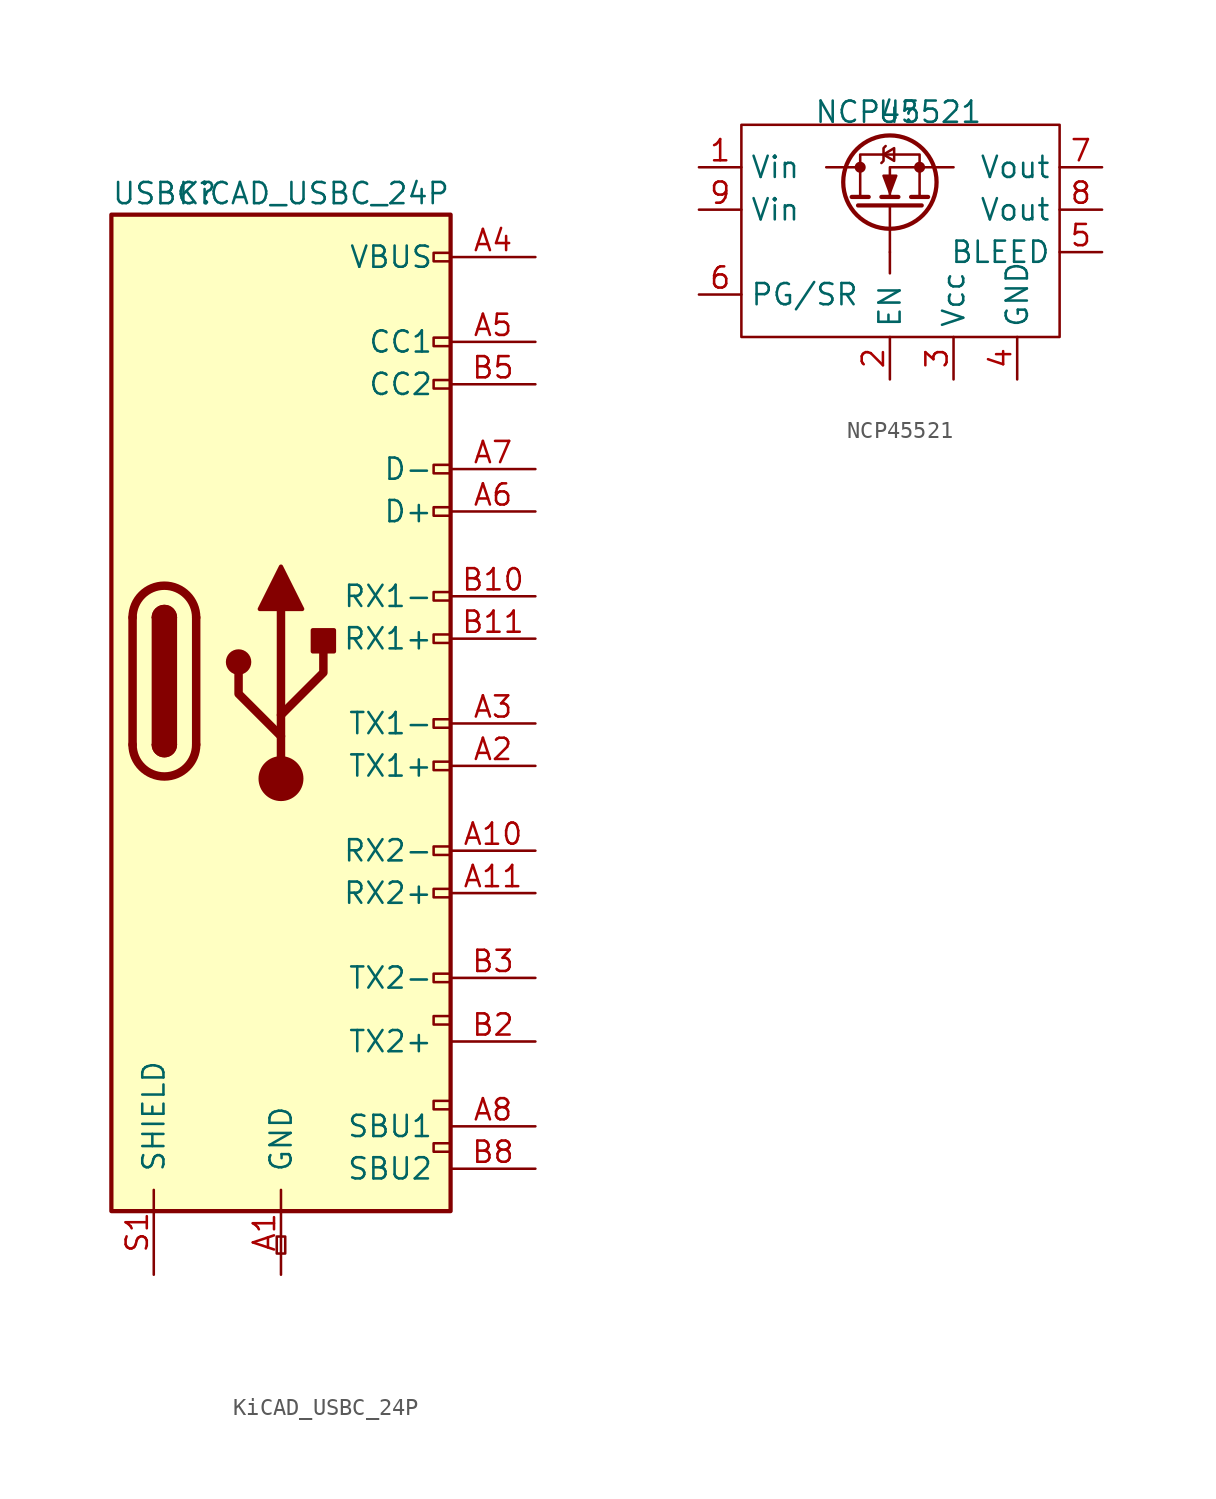
<source format=kicad_sym>
(kicad_symbol_lib
  (version 20231120)
  (generator "kicad_symbol_editor")
  (generator_version "8.0")
  (symbol "KiCAD_USBC_24P"
    (pin_names
      (offset 1.016))
    (property "Reference" "USBC"
      (at -10.16 29.21 0)
      (effects (font (size 1.27 1.27)) (justify left)))
    (property "Value" "KiCAD_USBC_24P"
      (at 10.16 29.21 0)
      (effects (font (size 1.27 1.27)) (justify right)))
    (symbol "KiCAD_USBC_24P_0_0"
      (rectangle (start -0.254 -34.29) (end 0.254 -33.274) (stroke (width 0) (type default)) (fill (type none)))
      (rectangle (start 10.16 -27.686) (end 9.144 -28.194) (stroke (width 0) (type default)) (fill (type none)))
      (rectangle (start 10.16 -25.146) (end 9.144 -25.654) (stroke (width 0) (type default)) (fill (type none)))
      (rectangle (start 10.16 -20.066) (end 9.144 -20.574) (stroke (width 0) (type default)) (fill (type none)))
      (rectangle (start 10.16 -17.526) (end 9.144 -18.034) (stroke (width 0) (type default)) (fill (type none)))
      (rectangle (start 10.16 -12.446) (end 9.144 -12.954) (stroke (width 0) (type default)) (fill (type none)))
      (rectangle (start 10.16 -9.906) (end 9.144 -10.414) (stroke (width 0) (type default)) (fill (type none)))
      (rectangle (start 10.16 -4.826) (end 9.144 -5.334) (stroke (width 0) (type default)) (fill (type none)))
      (rectangle (start 10.16 -2.286) (end 9.144 -2.794) (stroke (width 0) (type default)) (fill (type none)))
      (rectangle (start 10.16 2.794) (end 9.144 2.286) (stroke (width 0) (type default)) (fill (type none)))
      (rectangle (start 10.16 5.334) (end 9.144 4.826) (stroke (width 0) (type default)) (fill (type none)))
      (rectangle (start 10.16 10.414) (end 9.144 9.906) (stroke (width 0) (type default)) (fill (type none)))
      (rectangle (start 10.16 12.954) (end 9.144 12.446) (stroke (width 0) (type default)) (fill (type none)))
      (rectangle (start 10.16 18.034) (end 9.144 17.526) (stroke (width 0) (type default)) (fill (type none)))
      (rectangle (start 10.16 20.574) (end 9.144 20.066) (stroke (width 0) (type default)) (fill (type none)))
      (rectangle (start 10.16 25.654) (end 9.144 25.146) (stroke (width 0) (type default)) (fill (type none))))
    (symbol "KiCAD_USBC_24P_0_1"
      (rectangle (start -10.16 27.94) (end 10.16 -31.75) (stroke (width 0.254) (type default)) (fill (type background)))
      (arc (start -8.89 -3.81) (mid -6.985 -5.7067) (end -5.08 -3.81) (stroke (width 0.508) (type default)) (fill (type none)))
      (arc (start -7.62 -3.81) (mid -6.985 -4.4423) (end -6.35 -3.81) (stroke (width 0.254) (type default)) (fill (type none)))
      (arc (start -7.62 -3.81) (mid -6.985 -4.4423) (end -6.35 -3.81) (stroke (width 0.254) (type default)) (fill (type outline)))
      (rectangle (start -7.62 3.81) (end -6.35 -3.81) (stroke (width 0.254) (type default)) (fill (type outline)))
      (arc (start -6.35 3.81) (mid -6.985 4.4423) (end -7.62 3.81) (stroke (width 0.254) (type default)) (fill (type none)))
      (arc (start -6.35 3.81) (mid -6.985 4.4423) (end -7.62 3.81) (stroke (width 0.254) (type default)) (fill (type outline)))
      (arc (start -5.08 3.81) (mid -6.985 5.7067) (end -8.89 3.81) (stroke (width 0.508) (type default)) (fill (type none)))
      (polyline (pts (xy -8.89 -3.81) (xy -8.89 3.81)) (stroke (width 0.508) (type default)) (fill (type none)))
      (polyline (pts (xy -5.08 3.81) (xy -5.08 -3.81)) (stroke (width 0.508) (type default)) (fill (type none))))
    (symbol "KiCAD_USBC_24P_1_1"
      (circle (center -2.54 1.143) (radius 0.635) (stroke (width 0.254) (type default)) (fill (type outline)))
      (circle (center 0 -5.842) (radius 1.27) (stroke (width 0) (type default)) (fill (type outline)))
      (polyline (pts (xy 0 -5.842) (xy 0 4.318)) (stroke (width 0.508) (type default)) (fill (type none)))
      (polyline (pts (xy 0 -3.302) (xy -2.54 -0.762) (xy -2.54 0.508)) (stroke (width 0.508) (type default)) (fill (type none)))
      (polyline (pts (xy 0 -2.032) (xy 2.54 0.508) (xy 2.54 1.778)) (stroke (width 0.508) (type default)) (fill (type none)))
      (polyline (pts (xy -1.27 4.318) (xy 0 6.858) (xy 1.27 4.318) (xy -1.27 4.318)) (stroke (width 0.254) (type default)) (fill (type outline)))
      (rectangle (start 1.905 1.778) (end 3.175 3.048) (stroke (width 0.254) (type default)) (fill (type outline)))
      (pin passive line (at 0 -35.56 90) (length 5.08) (name "GND" (effects (font (size 1.27 1.27)))) (number "A1" (effects (font (size 1.27 1.27)))))
      (pin bidirectional line (at 15.24 -10.16 180) (length 5.08) (name "RX2-" (effects (font (size 1.27 1.27)))) (number "A10" (effects (font (size 1.27 1.27)))))
      (pin bidirectional line (at 15.24 -12.7 180) (length 5.08) (name "RX2+" (effects (font (size 1.27 1.27)))) (number "A11" (effects (font (size 1.27 1.27)))))
      (pin passive line (at 0 -35.56 90) (length 5.08) hide (name "GND" (effects (font (size 1.27 1.27)))) (number "A12" (effects (font (size 1.27 1.27)))))
      (pin bidirectional line (at 15.24 -5.08 180) (length 5.08) (name "TX1+" (effects (font (size 1.27 1.27)))) (number "A2" (effects (font (size 1.27 1.27)))))
      (pin bidirectional line (at 15.24 -2.54 180) (length 5.08) (name "TX1-" (effects (font (size 1.27 1.27)))) (number "A3" (effects (font (size 1.27 1.27)))))
      (pin passive line (at 15.24 25.4 180) (length 5.08) (name "VBUS" (effects (font (size 1.27 1.27)))) (number "A4" (effects (font (size 1.27 1.27)))))
      (pin bidirectional line (at 15.24 20.32 180) (length 5.08) (name "CC1" (effects (font (size 1.27 1.27)))) (number "A5" (effects (font (size 1.27 1.27)))))
      (pin bidirectional line (at 15.24 10.16 180) (length 5.08) (name "D+" (effects (font (size 1.27 1.27)))) (number "A6" (effects (font (size 1.27 1.27)))))
      (pin bidirectional line (at 15.24 12.7 180) (length 5.08) (name "D-" (effects (font (size 1.27 1.27)))) (number "A7" (effects (font (size 1.27 1.27)))))
      (pin bidirectional line (at 15.24 -26.67 180) (length 5.08) (name "SBU1" (effects (font (size 1.27 1.27)))) (number "A8" (effects (font (size 1.27 1.27)))))
      (pin passive line (at 15.24 25.4 180) (length 5.08) hide (name "VBUS" (effects (font (size 1.27 1.27)))) (number "A9" (effects (font (size 1.27 1.27)))))
      (pin passive line (at 0 -35.56 90) (length 5.08) hide (name "GND" (effects (font (size 1.27 1.27)))) (number "B1" (effects (font (size 1.27 1.27)))))
      (pin bidirectional line (at 15.24 5.08 180) (length 5.08) (name "RX1-" (effects (font (size 1.27 1.27)))) (number "B10" (effects (font (size 1.27 1.27)))))
      (pin bidirectional line (at 15.24 2.54 180) (length 5.08) (name "RX1+" (effects (font (size 1.27 1.27)))) (number "B11" (effects (font (size 1.27 1.27)))))
      (pin passive line (at 0 -35.56 90) (length 5.08) hide (name "GND" (effects (font (size 1.27 1.27)))) (number "B12" (effects (font (size 1.27 1.27)))))
      (pin bidirectional line (at 15.24 -21.59 180) (length 5.08) (name "TX2+" (effects (font (size 1.27 1.27)))) (number "B2" (effects (font (size 1.27 1.27)))))
      (pin bidirectional line (at 15.24 -17.78 180) (length 5.08) (name "TX2-" (effects (font (size 1.27 1.27)))) (number "B3" (effects (font (size 1.27 1.27)))))
      (pin passive line (at 15.24 25.4 180) (length 5.08) hide (name "VBUS" (effects (font (size 1.27 1.27)))) (number "B4" (effects (font (size 1.27 1.27)))))
      (pin bidirectional line (at 15.24 17.78 180) (length 5.08) (name "CC2" (effects (font (size 1.27 1.27)))) (number "B5" (effects (font (size 1.27 1.27)))))
      (pin bidirectional line (at 15.24 -29.21 180) (length 5.08) (name "SBU2" (effects (font (size 1.27 1.27)))) (number "B8" (effects (font (size 1.27 1.27)))))
      (pin passive line (at 15.24 25.4 180) (length 5.08) hide (name "VBUS" (effects (font (size 1.27 1.27)))) (number "B9" (effects (font (size 1.27 1.27)))))
      (pin passive line (at -7.62 -35.56 90) (length 5.08) (name "SHIELD" (effects (font (size 1.27 1.27)))) (number "S1" (effects (font (size 1.27 1.27)))))))
  (symbol "NCP45521"
    (property "Reference" "U"
      (at -0.762 8.382 0)
      (effects (font (size 1.27 1.27))))
    (property "Value" "NCP45521"
      (at -0.762 8.382 0)
      (effects (font (size 1.27 1.27))))
    (symbol "NCP45521_0_0"
      (pin power_in line (at -12.7 5.08 0) (length 2.54) (name "Vin" (effects (font (size 1.27 1.27)))) (number "1" (effects (font (size 1.27 1.27)))))
      (pin input line (at -1.27 -7.62 90) (length 2.54) (name "EN" (effects (font (size 1.27 1.27)))) (number "2" (effects (font (size 1.27 1.27)))))
      (pin input line (at 2.54 -7.62 90) (length 2.54) (name "Vcc" (effects (font (size 1.27 1.27)))) (number "3" (effects (font (size 1.27 1.27)))))
      (pin passive line (at 6.35 -7.62 90) (length 2.54) (name "GND" (effects (font (size 1.27 1.27)))) (number "4" (effects (font (size 1.27 1.27)))))
      (pin output line (at 11.43 0 180) (length 2.54) (name "BLEED" (effects (font (size 1.27 1.27)))) (number "5" (effects (font (size 1.27 1.27)))))
      (pin output line (at -12.7 -2.54 0) (length 2.54) (name "PG/SR" (effects (font (size 1.27 1.27)))) (number "6" (effects (font (size 1.27 1.27)))))
      (pin power_out line (at 11.43 5.08 180) (length 2.54) (name "Vout" (effects (font (size 1.27 1.27)))) (number "7" (effects (font (size 1.27 1.27)))))
      (pin power_out line (at 11.43 2.54 180) (length 2.54) (name "Vout" (effects (font (size 1.27 1.27)))) (number "8" (effects (font (size 1.27 1.27)))))
      (pin power_in line (at -12.7 2.54 0) (length 2.54) (name "Vin" (effects (font (size 1.27 1.27)))) (number "9" (effects (font (size 1.27 1.27))))))
    (symbol "NCP45521_0_1"
      (circle (center -3.048 5.08) (radius 0.254) (stroke (width 0) (type default)) (fill (type outline)))
      (circle (center -1.27 4.191) (radius 2.794) (stroke (width 0.254) (type default)) (fill (type none)))
      (polyline (pts (xy -5.08 5.08) (xy -4.064 5.08)) (stroke (width 0) (type default)) (fill (type none)))
      (polyline (pts (xy -3.81 5.08) (xy -3.048 5.08)) (stroke (width 0) (type default)) (fill (type none)))
      (polyline (pts (xy -3.556 3.302) (xy -2.54 3.302)) (stroke (width 0.254) (type default)) (fill (type none)))
      (polyline (pts (xy -3.175 2.794) (xy 0.635 2.794)) (stroke (width 0.254) (type default)) (fill (type none)))
      (polyline (pts (xy -1.778 3.302) (xy -0.762 3.302)) (stroke (width 0.254) (type default)) (fill (type none)))
      (polyline (pts (xy -1.27 0) (xy -1.27 -1.27)) (stroke (width 0) (type default)) (fill (type none)))
      (polyline (pts (xy -1.27 2.794) (xy -1.27 0)) (stroke (width 0) (type default)) (fill (type none)))
      (polyline (pts (xy 0 3.302) (xy 1.016 3.302)) (stroke (width 0.254) (type default)) (fill (type none)))
      (polyline (pts (xy 1.524 5.08) (xy 2.54 5.08)) (stroke (width 0) (type default)) (fill (type none)))
      (polyline (pts (xy 1.27 5.08) (xy -1.27 5.08) (xy -1.27 3.302)) (stroke (width 0) (type default)) (fill (type none)))
      (polyline (pts (xy -1.778 5.334) (xy -1.651 5.461) (xy -1.651 6.223) (xy -1.524 6.35)) (stroke (width 0) (type default)) (fill (type none)))
      (polyline (pts (xy -1.651 5.842) (xy -1.016 5.461) (xy -1.016 6.223) (xy -1.651 5.842)) (stroke (width 0) (type default)) (fill (type none)))
      (polyline (pts (xy -1.27 3.556) (xy -1.651 4.572) (xy -0.889 4.572) (xy -1.27 3.556)) (stroke (width 0) (type default)) (fill (type outline)))
      (polyline (pts (xy 0.508 3.302) (xy 0.508 5.842) (xy -3.048 5.842) (xy -3.048 3.302)) (stroke (width 0) (type default)) (fill (type none)))
      (circle (center 0.508 5.08) (radius 0.254) (stroke (width 0) (type default)) (fill (type outline)))
      (rectangle (start 8.89 7.62) (end -10.16 -5.08) (stroke (width 0) (type default)) (fill (type none))))))
</source>
